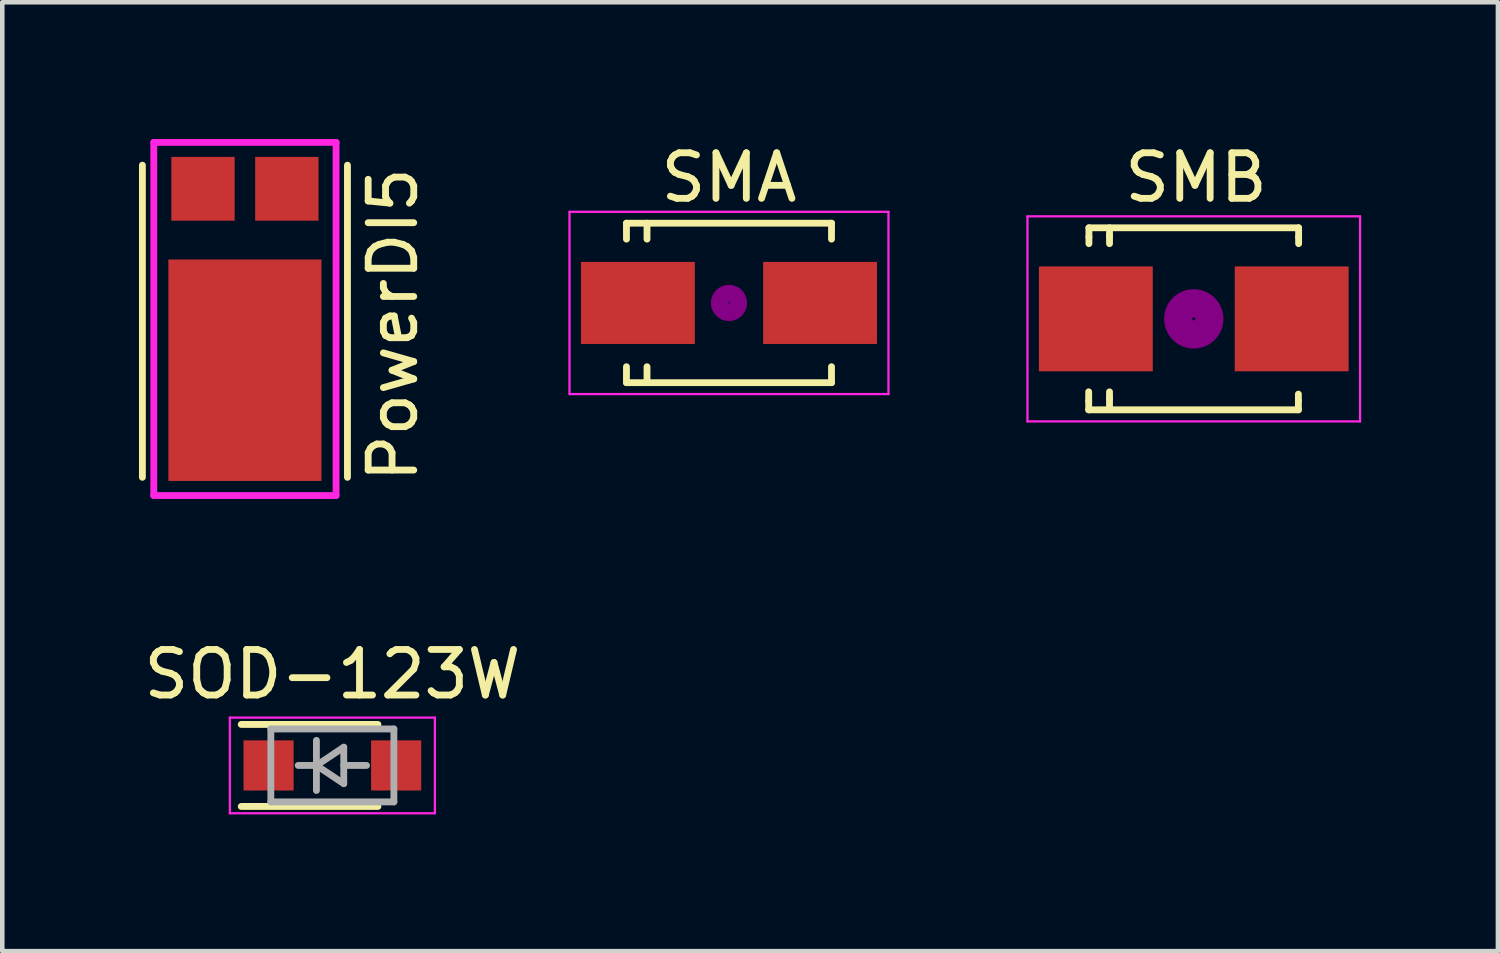
<source format=kicad_pcb>
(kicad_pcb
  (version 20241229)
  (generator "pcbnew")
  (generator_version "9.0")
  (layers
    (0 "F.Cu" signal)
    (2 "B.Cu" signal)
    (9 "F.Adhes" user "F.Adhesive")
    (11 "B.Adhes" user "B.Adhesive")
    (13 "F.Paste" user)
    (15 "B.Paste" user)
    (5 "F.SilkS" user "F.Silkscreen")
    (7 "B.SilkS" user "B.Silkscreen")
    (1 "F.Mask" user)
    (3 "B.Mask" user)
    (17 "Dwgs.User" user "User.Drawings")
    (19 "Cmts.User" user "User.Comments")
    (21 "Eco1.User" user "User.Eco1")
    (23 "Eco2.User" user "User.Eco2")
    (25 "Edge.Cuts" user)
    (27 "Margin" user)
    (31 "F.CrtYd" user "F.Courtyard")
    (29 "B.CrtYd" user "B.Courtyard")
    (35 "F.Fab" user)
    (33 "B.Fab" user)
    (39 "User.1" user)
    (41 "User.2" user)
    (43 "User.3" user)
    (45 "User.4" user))
  (footprint "SOD-123W"
    (layer "F.Cu")
    (at 4.244 13.748)
    (property "Reference" "SOD-123W" (at 0 -2 0) (layer "F.SilkS") (effects (font (size 1 1) (thickness 0.15))))
    (attr smd)
    (fp_line (start -2 -0.9) (end 1 -0.9) (stroke (width 0.15) (type solid)) (layer "F.SilkS"))
    (fp_line (start -2 0.9) (end 1 0.9) (stroke (width 0.15) (type solid)) (layer "F.SilkS"))
    (fp_line (start -2.25 -1.05) (end -2.25 1.05) (stroke (width 0.05) (type solid)) (layer "F.CrtYd"))
    (fp_line (start -2.25 -1.05) (end 2.25 -1.05) (stroke (width 0.05) (type solid)) (layer "F.CrtYd"))
    (fp_line (start 2.25 -1.05) (end 2.25 1.05) (stroke (width 0.05) (type solid)) (layer "F.CrtYd"))
    (fp_line (start 2.25 1.05) (end -2.25 1.05) (stroke (width 0.05) (type solid)) (layer "F.CrtYd"))
    (fp_line (start -1.35 -0.8) (end 1.35 -0.8) (stroke (width 0.15) (type solid)) (layer "F.Fab"))
    (fp_line (start -1.35 0.8) (end -1.35 -0.8) (stroke (width 0.15) (type solid)) (layer "F.Fab"))
    (fp_line (start -0.75 0) (end -0.35 0) (stroke (width 0.15) (type solid)) (layer "F.Fab"))
    (fp_line (start -0.35 0) (end -0.35 -0.55) (stroke (width 0.15) (type solid)) (layer "F.Fab"))
    (fp_line (start -0.35 0) (end -0.35 0.55) (stroke (width 0.15) (type solid)) (layer "F.Fab"))
    (fp_line (start -0.35 0) (end 0.25 -0.4) (stroke (width 0.15) (type solid)) (layer "F.Fab"))
    (fp_line (start 0.25 -0.4) (end 0.25 0.4) (stroke (width 0.15) (type solid)) (layer "F.Fab"))
    (fp_line (start 0.25 0) (end 0.75 0) (stroke (width 0.15) (type solid)) (layer "F.Fab"))
    (fp_line (start 0.25 0.4) (end -0.35 0) (stroke (width 0.15) (type solid)) (layer "F.Fab"))
    (fp_line (start 1.35 -0.8) (end 1.35 0.8) (stroke (width 0.15) (type solid)) (layer "F.Fab"))
    (fp_line (start 1.35 0.8) (end -1.35 0.8) (stroke (width 0.15) (type solid)) (layer "F.Fab"))
    (pad "1" smd rect (at -1.4 0) (size 1.1 1.1) (layers "F.Cu" "F.Mask" "F.Paste"))
    (pad "2" smd rect (at 1.4 0) (size 1.1 1.1) (layers "F.Cu" "F.Mask" "F.Paste")))
  (footprint "SMB"
    (layer "F.Cu")
    (at 23.148 3.948)
    (property "Reference" "SMB" (at 0.05 -3.1 0) (layer "F.SilkS") (effects (font (size 1 1) (thickness 0.15))))
    (attr smd)
    (fp_line (start -2.306 1.8) (end -2.306 1.6) (stroke (width 0.15) (type solid)) (layer "F.SilkS"))
    (fp_line (start -2.306 1.996) (end -2.306 1.798) (stroke (width 0.15) (type solid)) (layer "F.SilkS"))
    (fp_line (start -2.306 1.996) (end 2.296 1.996) (stroke (width 0.15) (type solid)) (layer "F.SilkS"))
    (fp_line (start -2.301 -1.999) (end -2.301 -1.801) (stroke (width 0.15) (type solid)) (layer "F.SilkS"))
    (fp_line (start -2.301 -1.999) (end 2.301 -1.999) (stroke (width 0.15) (type solid)) (layer "F.SilkS"))
    (fp_line (start -2.301 -1.8) (end -2.301 -1.651) (stroke (width 0.15) (type solid)) (layer "F.SilkS"))
    (fp_line (start -1.849 -1.999) (end -1.849 -1.801) (stroke (width 0.15) (type solid)) (layer "F.SilkS"))
    (fp_line (start -1.849 -1.8) (end -1.849 -1.651) (stroke (width 0.15) (type solid)) (layer "F.SilkS"))
    (fp_line (start -1.849 1.75) (end -1.849 1.601) (stroke (width 0.15) (type solid)) (layer "F.SilkS"))
    (fp_line (start -1.849 1.949) (end -1.849 1.751) (stroke (width 0.15) (type solid)) (layer "F.SilkS"))
    (fp_line (start 2.296 1.8) (end 2.296 1.651) (stroke (width 0.15) (type solid)) (layer "F.SilkS"))
    (fp_line (start 2.296 1.996) (end 2.296 1.798) (stroke (width 0.15) (type solid)) (layer "F.SilkS"))
    (fp_line (start 2.301 -1.999) (end 2.301 -1.801) (stroke (width 0.15) (type solid)) (layer "F.SilkS"))
    (fp_line (start 2.301 -1.8) (end 2.301 -1.651) (stroke (width 0.15) (type solid)) (layer "F.SilkS"))
    (fp_circle (center 0 0) (end 0.201 0.099) (stroke (width 0.381) (type solid)) (fill no) (layer "F.Adhes"))
    (fp_circle (center 0 0) (end 0.45 0.099) (stroke (width 0.381) (type solid)) (fill no) (layer "F.Adhes"))
    (fp_line (start -3.65 -2.25) (end 3.65 -2.25) (stroke (width 0.05) (type solid)) (layer "F.CrtYd"))
    (fp_line (start -3.65 2.25) (end -3.65 -2.25) (stroke (width 0.05) (type solid)) (layer "F.CrtYd"))
    (fp_line (start 3.65 -2.25) (end 3.65 2.25) (stroke (width 0.05) (type solid)) (layer "F.CrtYd"))
    (fp_line (start 3.65 2.25) (end -3.65 2.25) (stroke (width 0.05) (type solid)) (layer "F.CrtYd"))
    (pad "1" smd rect (at -2.149 0) (size 2.499 2.301) (layers "F.Cu" "F.Mask" "F.Paste"))
    (pad "2" smd rect (at 2.149 0) (size 2.499 2.301) (layers "F.Cu" "F.Mask" "F.Paste")))
  (footprint "SMA"
    (layer "F.Cu")
    (at 12.948 3.598)
    (property "Reference" "SMA" (at 0 -2.75 0) (layer "F.SilkS") (effects (font (size 1 1) (thickness 0.15))))
    (attr smd)
    (fp_line (start -2.25 -1.75) (end -2.25 -1.4) (stroke (width 0.15) (type solid)) (layer "F.SilkS"))
    (fp_line (start -2.25 -1.75) (end 2.25 -1.75) (stroke (width 0.15) (type solid)) (layer "F.SilkS"))
    (fp_line (start -2.25 1.75) (end -2.25 1.4) (stroke (width 0.15) (type solid)) (layer "F.SilkS"))
    (fp_line (start -2.25 1.75) (end 2.25 1.75) (stroke (width 0.15) (type solid)) (layer "F.SilkS"))
    (fp_line (start -1.799 -1.75) (end -1.799 -1.4) (stroke (width 0.15) (type solid)) (layer "F.SilkS"))
    (fp_line (start -1.799 1.75) (end -1.799 1.4) (stroke (width 0.15) (type solid)) (layer "F.SilkS"))
    (fp_line (start 2.25 -1.75) (end 2.25 -1.4) (stroke (width 0.15) (type solid)) (layer "F.SilkS"))
    (fp_line (start 2.25 1.75) (end 2.25 1.4) (stroke (width 0.15) (type solid)) (layer "F.SilkS"))
    (fp_circle (center 0 0) (end 0.201 -0.051) (stroke (width 0.381) (type solid)) (fill no) (layer "F.Adhes"))
    (fp_line (start -3.5 -2) (end 3.5 -2) (stroke (width 0.05) (type solid)) (layer "F.CrtYd"))
    (fp_line (start -3.5 2) (end -3.5 -2) (stroke (width 0.05) (type solid)) (layer "F.CrtYd"))
    (fp_line (start 3.5 -2) (end 3.5 2) (stroke (width 0.05) (type solid)) (layer "F.CrtYd"))
    (fp_line (start 3.5 2) (end -3.5 2) (stroke (width 0.05) (type solid)) (layer "F.CrtYd"))
    (pad "1" smd rect (at -1.999 0) (size 2.499 1.801) (layers "F.Cu" "F.Mask" "F.Paste"))
    (pad "2" smd rect (at 1.999 0) (size 2.499 1.801) (layers "F.Cu" "F.Mask" "F.Paste")))
  (footprint "PowerDI5"
    (layer "F.Cu")
    (at 2.325 5.075)
    (property "Reference" "PowerDI5" (at 3.25 -1 90) (layer "F.SilkS") (effects (font (size 1 1) (thickness 0.15))))
    (attr through_hole)
    (fp_line (start -2.25 -4.5) (end -2.25 2.35) (stroke (width 0.15) (type solid)) (layer "F.SilkS"))
    (fp_line (start 2.25 -4.5) (end 2.25 2.35) (stroke (width 0.15) (type solid)) (layer "F.SilkS"))
    (fp_line (start -2 -5) (end -2 2.75) (stroke (width 0.15) (type solid)) (layer "F.CrtYd"))
    (fp_line (start -2 2.75) (end 2 2.75) (stroke (width 0.15) (type solid)) (layer "F.CrtYd"))
    (fp_line (start 2 -5) (end -2 -5) (stroke (width 0.15) (type solid)) (layer "F.CrtYd"))
    (fp_line (start 2 2.75) (end 2 -5) (stroke (width 0.15) (type solid)) (layer "F.CrtYd"))
    (pad "1" smd rect (at 0 0) (size 3.36 4.86) (layers "F.Cu" "F.Mask" "F.Paste"))
    (pad "2" smd rect (at -0.92 -3.982) (size 1.39 1.4) (layers "F.Cu" "F.Mask" "F.Paste"))
    (pad "2" smd rect (at 0.92 -3.982) (size 1.39 1.4) (layers "F.Cu" "F.Mask" "F.Paste")))
  (gr_rect
    (start -3 -3)
    (end 29.823 17.823)
    (stroke (width 0.1) (type default))
    (fill no)
    (layer "Edge.Cuts")))
</source>
